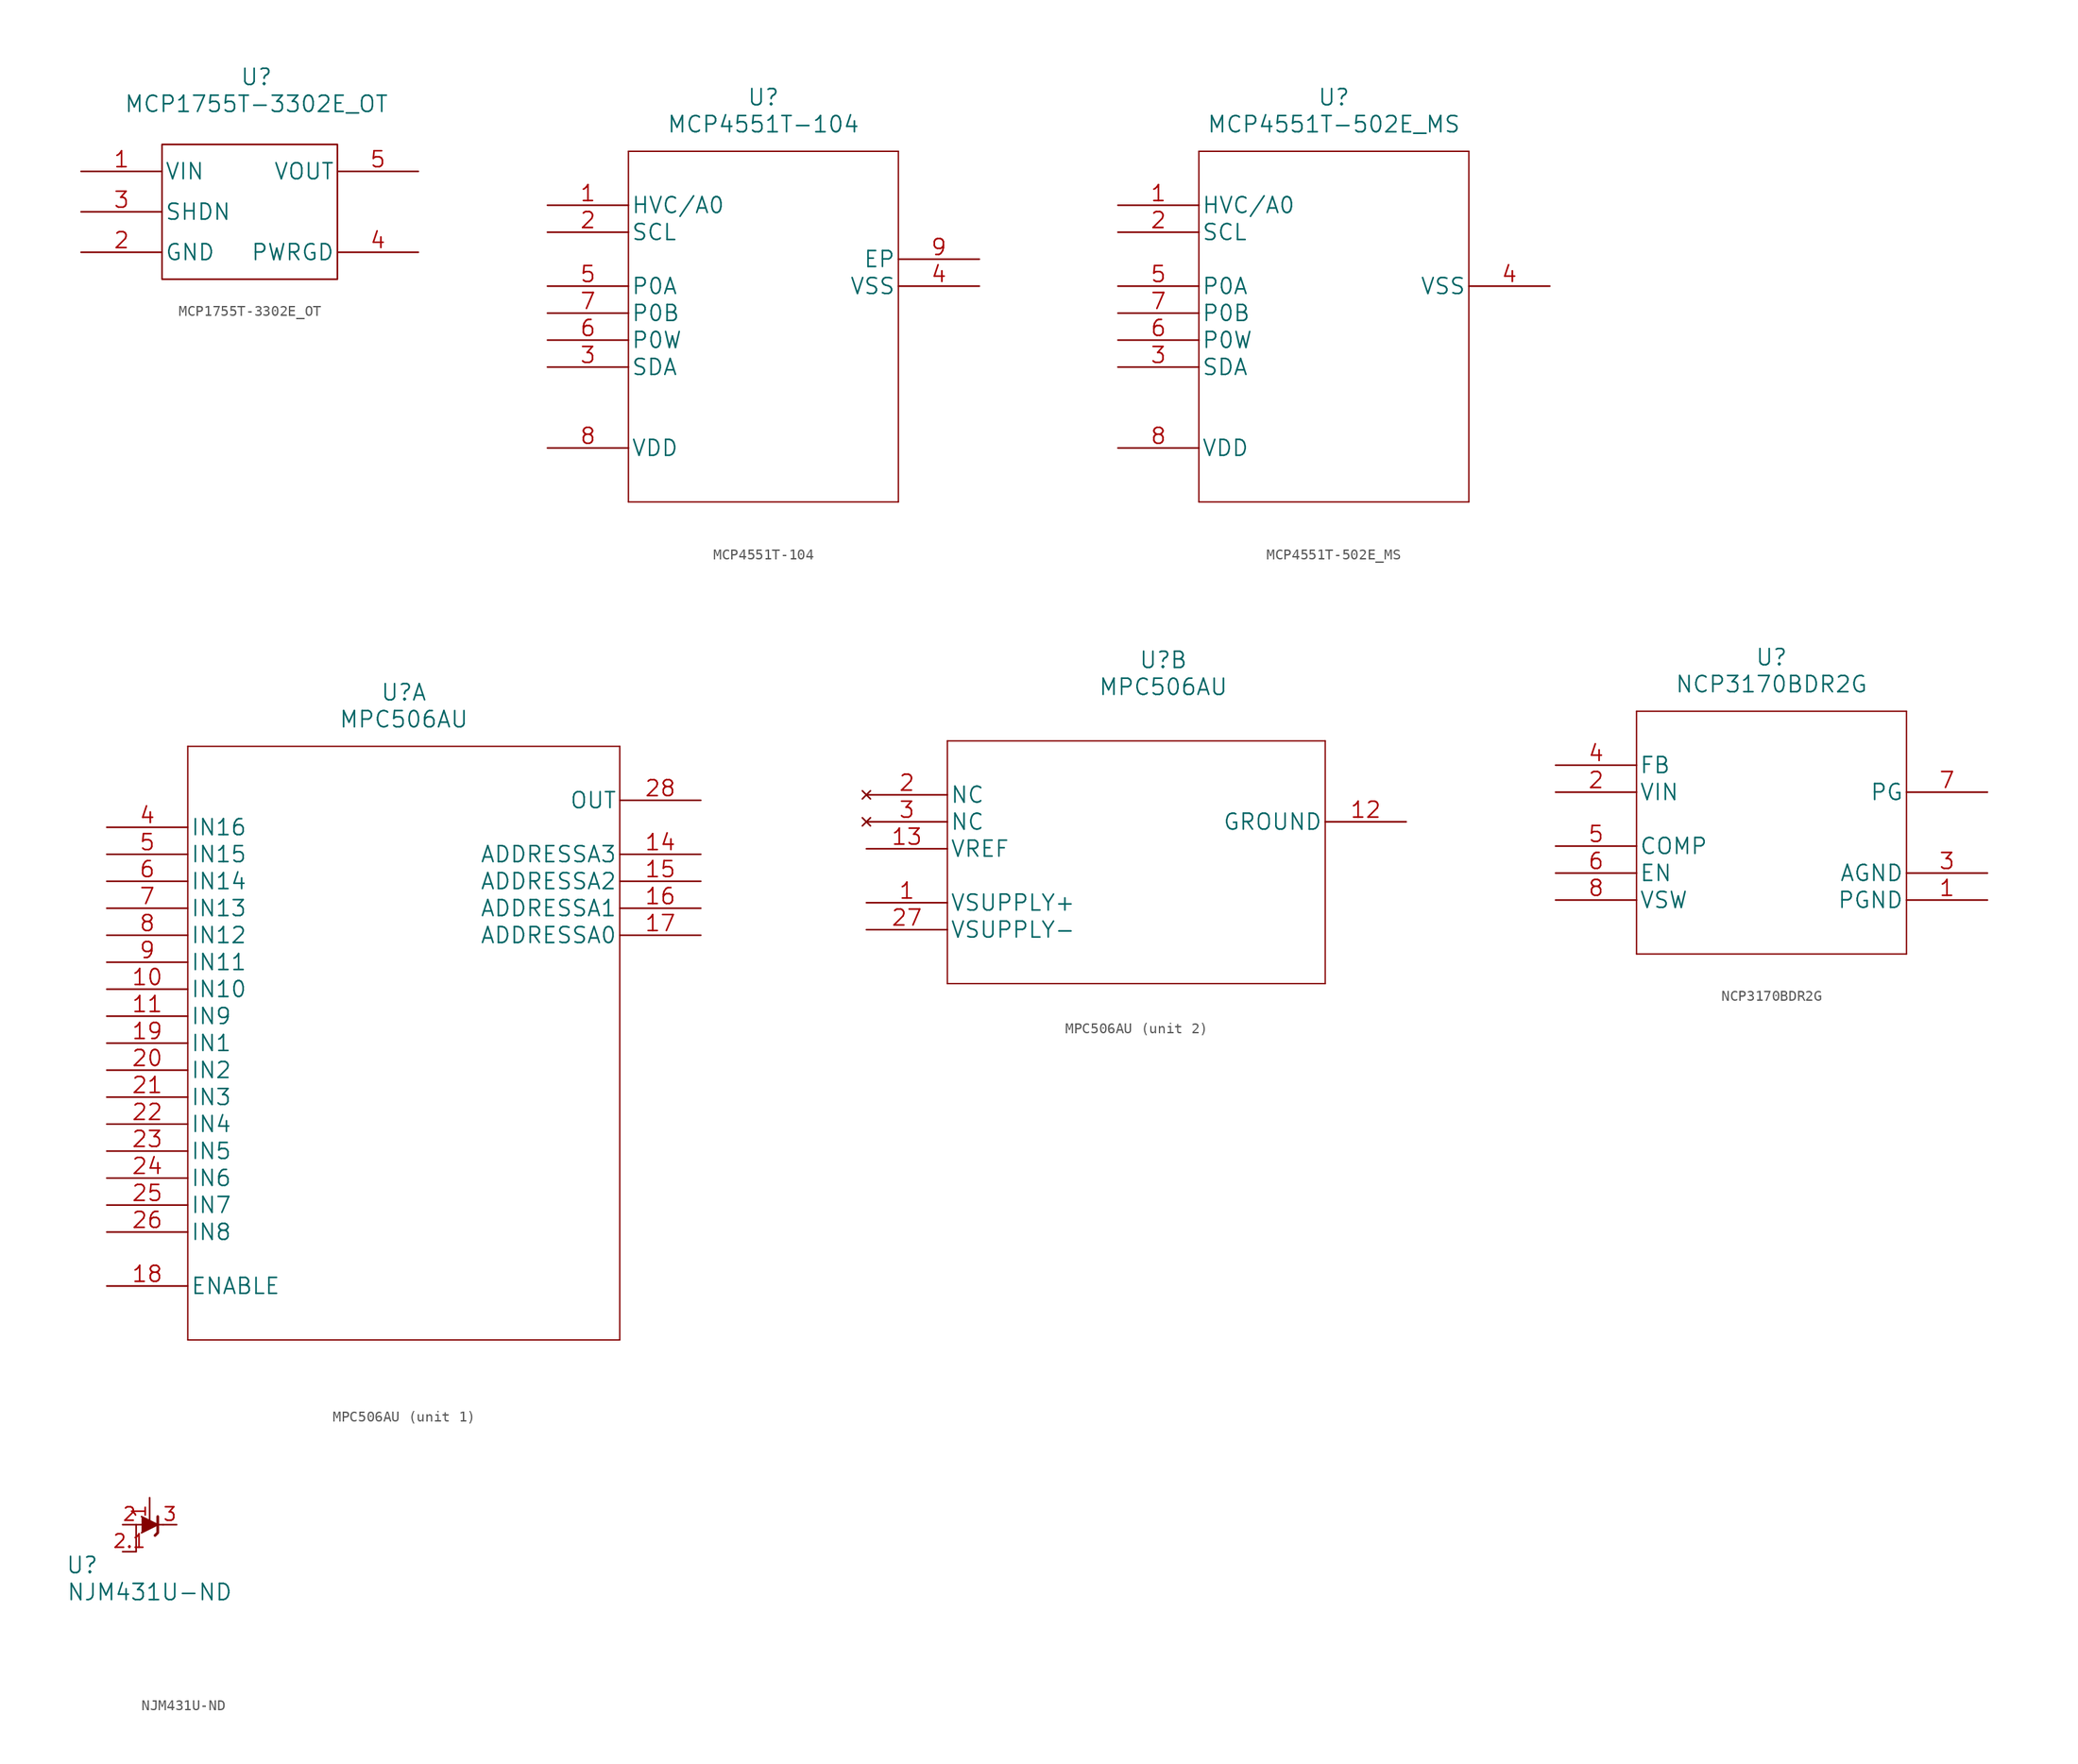
<source format=kicad_sym>
(kicad_symbol_lib
  (version 20211014)
  (generator kicad_symbol_editor)
  (symbol "MCP1755T-3302E_OT"
    (pin_names
      (offset 0.254))
    (property "Reference" "U"
      (at 16.51 8.89 0)
      (effects (font (size 1.524 1.524))))
    (property "Value" "MCP1755T-3302E_OT"
      (at 16.51 6.35 0)
      (effects (font (size 1.524 1.524))))
    (property "Datasheet" ""
      (at 0 0 0)
      (effects (font (size 1.524 1.524))))
    (property "ki_locked" ""
      (at 0 0 0)
      (effects (font (size 1.27 1.27))))
    (symbol "MCP1755T-3302E_OT_1_1"
      (rectangle (start 7.62 2.54) (end 24.13 -10.16) (stroke (width 0) (type default) (color 0 0 0 0)) (fill (type none)))
      (pin power_in line (at 0 0 0) (length 7.62) (name "VIN" (effects (font (size 1.499 1.499)))) (number "1" (effects (font (size 1.499 1.499)))))
      (pin power_in line (at 0 -7.62 0) (length 7.62) (name "GND" (effects (font (size 1.499 1.499)))) (number "2" (effects (font (size 1.499 1.499)))))
      (pin input line (at 0 -3.81 0) (length 7.62) (name "SHDN" (effects (font (size 1.499 1.499)))) (number "3" (effects (font (size 1.499 1.499)))))
      (pin output line (at 31.75 -7.62 180) (length 7.62) (name "PWRGD" (effects (font (size 1.499 1.499)))) (number "4" (effects (font (size 1.499 1.499)))))
      (pin output line (at 31.75 0 180) (length 7.62) (name "VOUT" (effects (font (size 1.499 1.499)))) (number "5" (effects (font (size 1.499 1.499)))))))
  (symbol "MCP4551T-104"
    (pin_names
      (offset 0.254))
    (property "Reference" "U"
      (at 20.32 10.16 0)
      (effects (font (size 1.524 1.524))))
    (property "Value" "MCP4551T-104"
      (at 20.32 7.62 0)
      (effects (font (size 1.524 1.524))))
    (property "Datasheet" ""
      (at 0 0 0)
      (effects (font (size 1.524 1.524))))
    (property "ki_locked" ""
      (at 0 0 0)
      (effects (font (size 1.27 1.27))))
    (symbol "MCP4551T-104_1_1"
      (polyline (pts (xy 7.62 -27.94) (xy 33.02 -27.94)) (stroke (width 0.127) (type default) (color 0 0 0 0)) (fill (type none)))
      (polyline (pts (xy 7.62 5.08) (xy 7.62 -27.94)) (stroke (width 0.127) (type default) (color 0 0 0 0)) (fill (type none)))
      (polyline (pts (xy 33.02 -27.94) (xy 33.02 5.08)) (stroke (width 0.127) (type default) (color 0 0 0 0)) (fill (type none)))
      (polyline (pts (xy 33.02 5.08) (xy 7.62 5.08)) (stroke (width 0.127) (type default) (color 0 0 0 0)) (fill (type none)))
      (pin input line (at 0 0 0) (length 7.62) (name "HVC/A0" (effects (font (size 1.499 1.499)))) (number "1" (effects (font (size 1.499 1.499)))))
      (pin input line (at 0 -2.54 0) (length 7.62) (name "SCL" (effects (font (size 1.499 1.499)))) (number "2" (effects (font (size 1.499 1.499)))))
      (pin bidirectional line (at 0 -15.24 0) (length 7.62) (name "SDA" (effects (font (size 1.499 1.499)))) (number "3" (effects (font (size 1.499 1.499)))))
      (pin power_in line (at 40.64 -7.62 180) (length 7.62) (name "VSS" (effects (font (size 1.499 1.499)))) (number "4" (effects (font (size 1.499 1.499)))))
      (pin unspecified line (at 0 -7.62 0) (length 7.62) (name "P0A" (effects (font (size 1.499 1.499)))) (number "5" (effects (font (size 1.499 1.499)))))
      (pin unspecified line (at 0 -12.7 0) (length 7.62) (name "P0W" (effects (font (size 1.499 1.499)))) (number "6" (effects (font (size 1.499 1.499)))))
      (pin unspecified line (at 0 -10.16 0) (length 7.62) (name "P0B" (effects (font (size 1.499 1.499)))) (number "7" (effects (font (size 1.499 1.499)))))
      (pin power_in line (at 0 -22.86 0) (length 7.62) (name "VDD" (effects (font (size 1.499 1.499)))) (number "8" (effects (font (size 1.499 1.499)))))
      (pin power_in line (at 40.64 -5.08 180) (length 7.62) (name "EP" (effects (font (size 1.499 1.499)))) (number "9" (effects (font (size 1.499 1.499)))))))
  (symbol "MCP4551T-502E_MS"
    (pin_names
      (offset 0.254))
    (property "Reference" "U"
      (at 20.32 10.16 0)
      (effects (font (size 1.524 1.524))))
    (property "Value" "MCP4551T-502E_MS"
      (at 20.32 7.62 0)
      (effects (font (size 1.524 1.524))))
    (property "Datasheet" ""
      (at 0 0 0)
      (effects (font (size 1.524 1.524))))
    (property "ki_locked" ""
      (at 0 0 0)
      (effects (font (size 1.27 1.27))))
    (symbol "MCP4551T-502E_MS_1_1"
      (polyline (pts (xy 7.62 -27.94) (xy 33.02 -27.94)) (stroke (width 0.127) (type default) (color 0 0 0 0)) (fill (type none)))
      (polyline (pts (xy 7.62 5.08) (xy 7.62 -27.94)) (stroke (width 0.127) (type default) (color 0 0 0 0)) (fill (type none)))
      (polyline (pts (xy 33.02 -27.94) (xy 33.02 5.08)) (stroke (width 0.127) (type default) (color 0 0 0 0)) (fill (type none)))
      (polyline (pts (xy 33.02 5.08) (xy 7.62 5.08)) (stroke (width 0.127) (type default) (color 0 0 0 0)) (fill (type none)))
      (pin input line (at 0 0 0) (length 7.62) (name "HVC/A0" (effects (font (size 1.499 1.499)))) (number "1" (effects (font (size 1.499 1.499)))))
      (pin input line (at 0 -2.54 0) (length 7.62) (name "SCL" (effects (font (size 1.499 1.499)))) (number "2" (effects (font (size 1.499 1.499)))))
      (pin bidirectional line (at 0 -15.24 0) (length 7.62) (name "SDA" (effects (font (size 1.499 1.499)))) (number "3" (effects (font (size 1.499 1.499)))))
      (pin power_in line (at 40.64 -7.62 180) (length 7.62) (name "VSS" (effects (font (size 1.499 1.499)))) (number "4" (effects (font (size 1.499 1.499)))))
      (pin unspecified line (at 0 -7.62 0) (length 7.62) (name "P0A" (effects (font (size 1.499 1.499)))) (number "5" (effects (font (size 1.499 1.499)))))
      (pin unspecified line (at 0 -12.7 0) (length 7.62) (name "P0W" (effects (font (size 1.499 1.499)))) (number "6" (effects (font (size 1.499 1.499)))))
      (pin unspecified line (at 0 -10.16 0) (length 7.62) (name "P0B" (effects (font (size 1.499 1.499)))) (number "7" (effects (font (size 1.499 1.499)))))
      (pin power_in line (at 0 -22.86 0) (length 7.62) (name "VDD" (effects (font (size 1.499 1.499)))) (number "8" (effects (font (size 1.499 1.499)))))))
  (symbol "MPC506AU"
    (pin_names
      (offset 0.254))
    (property "Reference" "U"
      (at 27.94 12.7 0)
      (effects (font (size 1.524 1.524))))
    (property "Value" "MPC506AU"
      (at 27.94 10.16 0)
      (effects (font (size 1.524 1.524))))
    (property "Datasheet" ""
      (at 0 0 0)
      (effects (font (size 1.524 1.524))))
    (symbol "MPC506AU_1_1"
      (polyline (pts (xy 7.62 -48.26) (xy 48.26 -48.26)) (stroke (width 0.127) (type default) (color 0 0 0 0)) (fill (type none)))
      (polyline (pts (xy 7.62 7.62) (xy 7.62 -48.26)) (stroke (width 0.127) (type default) (color 0 0 0 0)) (fill (type none)))
      (polyline (pts (xy 48.26 -48.26) (xy 48.26 7.62)) (stroke (width 0.127) (type default) (color 0 0 0 0)) (fill (type none)))
      (polyline (pts (xy 48.26 7.62) (xy 7.62 7.62)) (stroke (width 0.127) (type default) (color 0 0 0 0)) (fill (type none)))
      (pin input line (at 0 -15.24 0) (length 7.62) (name "IN10" (effects (font (size 1.499 1.499)))) (number "10" (effects (font (size 1.499 1.499)))))
      (pin input line (at 0 -17.78 0) (length 7.62) (name "IN9" (effects (font (size 1.499 1.499)))) (number "11" (effects (font (size 1.499 1.499)))))
      (pin unspecified line (at 55.88 -2.54 180) (length 7.62) (name "ADDRESSA3" (effects (font (size 1.499 1.499)))) (number "14" (effects (font (size 1.499 1.499)))))
      (pin unspecified line (at 55.88 -5.08 180) (length 7.62) (name "ADDRESSA2" (effects (font (size 1.499 1.499)))) (number "15" (effects (font (size 1.499 1.499)))))
      (pin unspecified line (at 55.88 -7.62 180) (length 7.62) (name "ADDRESSA1" (effects (font (size 1.499 1.499)))) (number "16" (effects (font (size 1.499 1.499)))))
      (pin unspecified line (at 55.88 -10.16 180) (length 7.62) (name "ADDRESSA0" (effects (font (size 1.499 1.499)))) (number "17" (effects (font (size 1.499 1.499)))))
      (pin unspecified line (at 0 -43.18 0) (length 7.62) (name "ENABLE" (effects (font (size 1.499 1.499)))) (number "18" (effects (font (size 1.499 1.499)))))
      (pin input line (at 0 -20.32 0) (length 7.62) (name "IN1" (effects (font (size 1.499 1.499)))) (number "19" (effects (font (size 1.499 1.499)))))
      (pin input line (at 0 -22.86 0) (length 7.62) (name "IN2" (effects (font (size 1.499 1.499)))) (number "20" (effects (font (size 1.499 1.499)))))
      (pin input line (at 0 -25.4 0) (length 7.62) (name "IN3" (effects (font (size 1.499 1.499)))) (number "21" (effects (font (size 1.499 1.499)))))
      (pin input line (at 0 -27.94 0) (length 7.62) (name "IN4" (effects (font (size 1.499 1.499)))) (number "22" (effects (font (size 1.499 1.499)))))
      (pin input line (at 0 -30.48 0) (length 7.62) (name "IN5" (effects (font (size 1.499 1.499)))) (number "23" (effects (font (size 1.499 1.499)))))
      (pin input line (at 0 -33.02 0) (length 7.62) (name "IN6" (effects (font (size 1.499 1.499)))) (number "24" (effects (font (size 1.499 1.499)))))
      (pin input line (at 0 -35.56 0) (length 7.62) (name "IN7" (effects (font (size 1.499 1.499)))) (number "25" (effects (font (size 1.499 1.499)))))
      (pin input line (at 0 -38.1 0) (length 7.62) (name "IN8" (effects (font (size 1.499 1.499)))) (number "26" (effects (font (size 1.499 1.499)))))
      (pin output line (at 55.88 2.54 180) (length 7.62) (name "OUT" (effects (font (size 1.499 1.499)))) (number "28" (effects (font (size 1.499 1.499)))))
      (pin input line (at 0 0 0) (length 7.62) (name "IN16" (effects (font (size 1.499 1.499)))) (number "4" (effects (font (size 1.499 1.499)))))
      (pin input line (at 0 -2.54 0) (length 7.62) (name "IN15" (effects (font (size 1.499 1.499)))) (number "5" (effects (font (size 1.499 1.499)))))
      (pin input line (at 0 -5.08 0) (length 7.62) (name "IN14" (effects (font (size 1.499 1.499)))) (number "6" (effects (font (size 1.499 1.499)))))
      (pin input line (at 0 -7.62 0) (length 7.62) (name "IN13" (effects (font (size 1.499 1.499)))) (number "7" (effects (font (size 1.499 1.499)))))
      (pin input line (at 0 -10.16 0) (length 7.62) (name "IN12" (effects (font (size 1.499 1.499)))) (number "8" (effects (font (size 1.499 1.499)))))
      (pin input line (at 0 -12.7 0) (length 7.62) (name "IN11" (effects (font (size 1.499 1.499)))) (number "9" (effects (font (size 1.499 1.499))))))
    (symbol "MPC506AU_2_1"
      (polyline (pts (xy 7.62 -17.78) (xy 43.18 -17.78)) (stroke (width 0.127) (type default) (color 0 0 0 0)) (fill (type none)))
      (polyline (pts (xy 7.62 5.08) (xy 7.62 -17.78)) (stroke (width 0.127) (type default) (color 0 0 0 0)) (fill (type none)))
      (polyline (pts (xy 43.18 -17.78) (xy 43.18 5.08)) (stroke (width 0.127) (type default) (color 0 0 0 0)) (fill (type none)))
      (polyline (pts (xy 43.18 5.08) (xy 7.62 5.08)) (stroke (width 0.127) (type default) (color 0 0 0 0)) (fill (type none)))
      (pin power_in line (at 0 -10.16 0) (length 7.62) (name "VSUPPLY+" (effects (font (size 1.499 1.499)))) (number "1" (effects (font (size 1.499 1.499)))))
      (pin power_in line (at 50.8 -2.54 180) (length 7.62) (name "GROUND" (effects (font (size 1.499 1.499)))) (number "12" (effects (font (size 1.499 1.499)))))
      (pin power_in line (at 0 -5.08 0) (length 7.62) (name "VREF" (effects (font (size 1.499 1.499)))) (number "13" (effects (font (size 1.499 1.499)))))
      (pin no_connect line (at 0 0 0) (length 7.62) (name "NC" (effects (font (size 1.499 1.499)))) (number "2" (effects (font (size 1.499 1.499)))))
      (pin power_in line (at 0 -12.7 0) (length 7.62) (name "VSUPPLY-" (effects (font (size 1.499 1.499)))) (number "27" (effects (font (size 1.499 1.499)))))
      (pin no_connect line (at 0 -2.54 0) (length 7.62) (name "NC" (effects (font (size 1.499 1.499)))) (number "3" (effects (font (size 1.499 1.499)))))))
  (symbol "NCP3170BDR2G"
    (pin_names
      (offset 0.254))
    (property "Reference" "U"
      (at 20.32 10.16 0)
      (effects (font (size 1.524 1.524))))
    (property "Value" "NCP3170BDR2G"
      (at 20.32 7.62 0)
      (effects (font (size 1.524 1.524))))
    (property "Datasheet" ""
      (at 0 0 0)
      (effects (font (size 1.524 1.524))))
    (property "ki_locked" ""
      (at 0 0 0)
      (effects (font (size 1.27 1.27))))
    (symbol "NCP3170BDR2G_1_1"
      (polyline (pts (xy 7.62 -17.78) (xy 33.02 -17.78)) (stroke (width 0.127) (type default) (color 0 0 0 0)) (fill (type none)))
      (polyline (pts (xy 7.62 5.08) (xy 7.62 -17.78)) (stroke (width 0.127) (type default) (color 0 0 0 0)) (fill (type none)))
      (polyline (pts (xy 33.02 -17.78) (xy 33.02 5.08)) (stroke (width 0.127) (type default) (color 0 0 0 0)) (fill (type none)))
      (polyline (pts (xy 33.02 5.08) (xy 7.62 5.08)) (stroke (width 0.127) (type default) (color 0 0 0 0)) (fill (type none)))
      (pin power_in line (at 40.64 -12.7 180) (length 7.62) (name "PGND" (effects (font (size 1.499 1.499)))) (number "1" (effects (font (size 1.499 1.499)))))
      (pin input line (at 0 -2.54 0) (length 7.62) (name "VIN" (effects (font (size 1.499 1.499)))) (number "2" (effects (font (size 1.499 1.499)))))
      (pin power_in line (at 40.64 -10.16 180) (length 7.62) (name "AGND" (effects (font (size 1.499 1.499)))) (number "3" (effects (font (size 1.499 1.499)))))
      (pin input line (at 0 0 0) (length 7.62) (name "FB" (effects (font (size 1.499 1.499)))) (number "4" (effects (font (size 1.499 1.499)))))
      (pin unspecified line (at 0 -7.62 0) (length 7.62) (name "COMP" (effects (font (size 1.499 1.499)))) (number "5" (effects (font (size 1.499 1.499)))))
      (pin unspecified line (at 0 -10.16 0) (length 7.62) (name "EN" (effects (font (size 1.499 1.499)))) (number "6" (effects (font (size 1.499 1.499)))))
      (pin unspecified line (at 40.64 -2.54 180) (length 7.62) (name "PG" (effects (font (size 1.499 1.499)))) (number "7" (effects (font (size 1.499 1.499)))))
      (pin unspecified line (at 0 -12.7 0) (length 7.62) (name "VSW" (effects (font (size 1.499 1.499)))) (number "8" (effects (font (size 1.499 1.499)))))))
  (symbol "NJM431U-ND"
    (pin_names
      (offset 0.254))
    (property "Reference" "U"
      (at -6.35 -3.81 0)
      (effects (font (size 1.524 1.524))))
    (property "Value" "NJM431U-ND"
      (at 0 -6.35 0)
      (effects (font (size 1.524 1.524))))
    (property "Datasheet" ""
      (at 13.97 -13.97 0)
      (effects (font (size 1.524 1.524))))
    (property "ki_locked" ""
      (at 0 0 0)
      (effects (font (size 1.27 1.27))))
    (symbol "NJM431U-ND_1_1"
      (polyline (pts (xy -1.27 -2.54) (xy -1.27 0)) (stroke (width 0) (type default) (color 0 0 0 0)) (fill (type none)))
      (polyline (pts (xy -1.27 0) (xy 0 0) (xy 1.27 0)) (stroke (width 0) (type default) (color 0 0 0 0)) (fill (type none)))
      (polyline (pts (xy -0.762 0.762) (xy 0.762 0) (xy -0.762 -0.762)) (stroke (width 0) (type default) (color 0 0 0 0)) (fill (type outline)))
      (polyline (pts (xy 0.508 -1.016) (xy 0.762 -0.762) (xy 0.762 0.762) (xy 0.762 0.762)) (stroke (width 0.254) (type default) (color 0 0 0 0)) (fill (type none)))
      (pin passive line (at 0 2.54 270) (length 2.54) (name "~" (effects (font (size 1.27 1.27)))) (number "1" (effects (font (size 1.27 1.27)))))
      (pin passive line (at -2.54 0 0) (length 1.27) (name "~" (effects (font (size 1.27 1.27)))) (number "2" (effects (font (size 1.27 1.27)))))
      (pin passive line (at -2.54 -2.54 0) (length 1.27) (name "~" (effects (font (size 1.27 1.27)))) (number "2.1" (effects (font (size 1.27 1.27)))))
      (pin passive line (at 2.54 0 180) (length 1.27) (name "~" (effects (font (size 1.27 1.27)))) (number "3" (effects (font (size 1.27 1.27))))))))
</source>
